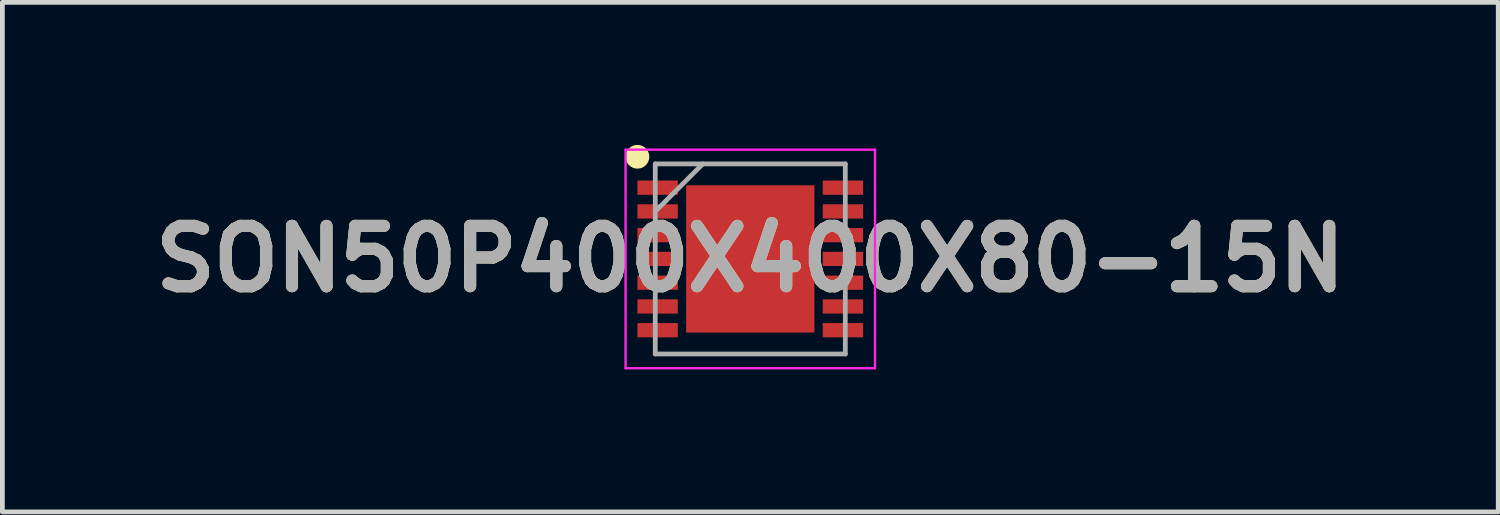
<source format=kicad_pcb>
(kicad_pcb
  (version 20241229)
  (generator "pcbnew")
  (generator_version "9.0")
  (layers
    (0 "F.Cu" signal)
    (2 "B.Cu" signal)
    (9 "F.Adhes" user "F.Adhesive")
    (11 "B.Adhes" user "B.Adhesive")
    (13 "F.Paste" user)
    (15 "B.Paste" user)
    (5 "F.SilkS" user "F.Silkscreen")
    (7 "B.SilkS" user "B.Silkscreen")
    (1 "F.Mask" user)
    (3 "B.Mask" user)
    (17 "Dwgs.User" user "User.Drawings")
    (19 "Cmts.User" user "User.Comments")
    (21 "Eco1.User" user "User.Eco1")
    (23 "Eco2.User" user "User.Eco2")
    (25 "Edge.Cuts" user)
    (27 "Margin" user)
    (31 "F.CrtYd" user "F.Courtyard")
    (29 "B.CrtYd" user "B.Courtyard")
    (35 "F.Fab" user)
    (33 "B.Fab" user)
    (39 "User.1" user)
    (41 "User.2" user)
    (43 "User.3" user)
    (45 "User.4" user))
  (footprint "SON50P400X400X80-15N"
    (layer "F.Cu")
    (at 12.742 2.4)
    (property "Reference" "SON50P400X400X80-15N" (at 0 0 0) (layer "F.SilkS") (effects (font (size 1.27 1.27) (thickness 0.254))))
    (attr smd)
    (fp_circle (center -2.375 -2.15) (end -2.375 -2.025) (stroke (width 0.25) (type solid)) (fill no) (layer "F.SilkS"))
    (fp_line (start -2.625 -2.3) (end 2.625 -2.3) (stroke (width 0.05) (type solid)) (layer "F.CrtYd"))
    (fp_line (start -2.625 2.3) (end -2.625 -2.3) (stroke (width 0.05) (type solid)) (layer "F.CrtYd"))
    (fp_line (start 2.625 -2.3) (end 2.625 2.3) (stroke (width 0.05) (type solid)) (layer "F.CrtYd"))
    (fp_line (start 2.625 2.3) (end -2.625 2.3) (stroke (width 0.05) (type solid)) (layer "F.CrtYd"))
    (fp_line (start -2 -2) (end 2 -2) (stroke (width 0.1) (type solid)) (layer "F.Fab"))
    (fp_line (start -2 -1) (end -1 -2) (stroke (width 0.1) (type solid)) (layer "F.Fab"))
    (fp_line (start -2 2) (end -2 -2) (stroke (width 0.1) (type solid)) (layer "F.Fab"))
    (fp_line (start 2 -2) (end 2 2) (stroke (width 0.1) (type solid)) (layer "F.Fab"))
    (fp_line (start 2 2) (end -2 2) (stroke (width 0.1) (type solid)) (layer "F.Fab"))
    (fp_text user "${REFERENCE}" (at 0 0 0) (layer "F.Fab") (effects (font (size 1.27 1.27) (thickness 0.254))))
    (pad "1" smd rect (at -1.95 -1.5 90) (size 0.3 0.85) (layers "F.Cu" "F.Mask" "F.Paste"))
    (pad "2" smd rect (at -1.95 -1 90) (size 0.3 0.85) (layers "F.Cu" "F.Mask" "F.Paste"))
    (pad "3" smd rect (at -1.95 -0.5 90) (size 0.3 0.85) (layers "F.Cu" "F.Mask" "F.Paste"))
    (pad "4" smd rect (at -1.95 0 90) (size 0.3 0.85) (layers "F.Cu" "F.Mask" "F.Paste"))
    (pad "5" smd rect (at -1.95 0.5 90) (size 0.3 0.85) (layers "F.Cu" "F.Mask" "F.Paste"))
    (pad "6" smd rect (at -1.95 1 90) (size 0.3 0.85) (layers "F.Cu" "F.Mask" "F.Paste"))
    (pad "7" smd rect (at -1.95 1.5 90) (size 0.3 0.85) (layers "F.Cu" "F.Mask" "F.Paste"))
    (pad "8" smd rect (at 1.95 1.5 90) (size 0.3 0.85) (layers "F.Cu" "F.Mask" "F.Paste"))
    (pad "9" smd rect (at 1.95 1 90) (size 0.3 0.85) (layers "F.Cu" "F.Mask" "F.Paste"))
    (pad "10" smd rect (at 1.95 0.5 90) (size 0.3 0.85) (layers "F.Cu" "F.Mask" "F.Paste"))
    (pad "11" smd rect (at 1.95 0 90) (size 0.3 0.85) (layers "F.Cu" "F.Mask" "F.Paste"))
    (pad "12" smd rect (at 1.95 -0.5 90) (size 0.3 0.85) (layers "F.Cu" "F.Mask" "F.Paste"))
    (pad "13" smd rect (at 1.95 -1 90) (size 0.3 0.85) (layers "F.Cu" "F.Mask" "F.Paste"))
    (pad "14" smd rect (at 1.95 -1.5 90) (size 0.3 0.85) (layers "F.Cu" "F.Mask" "F.Paste"))
    (pad "15" smd rect (at 0 0) (size 2.7 3.1) (layers "F.Cu" "F.Mask" "F.Paste")))
  (gr_rect
    (start -3 -3)
    (end 28.485 7.725)
    (stroke (width 0.1) (type default))
    (fill no)
    (layer "Edge.Cuts")))
</source>
